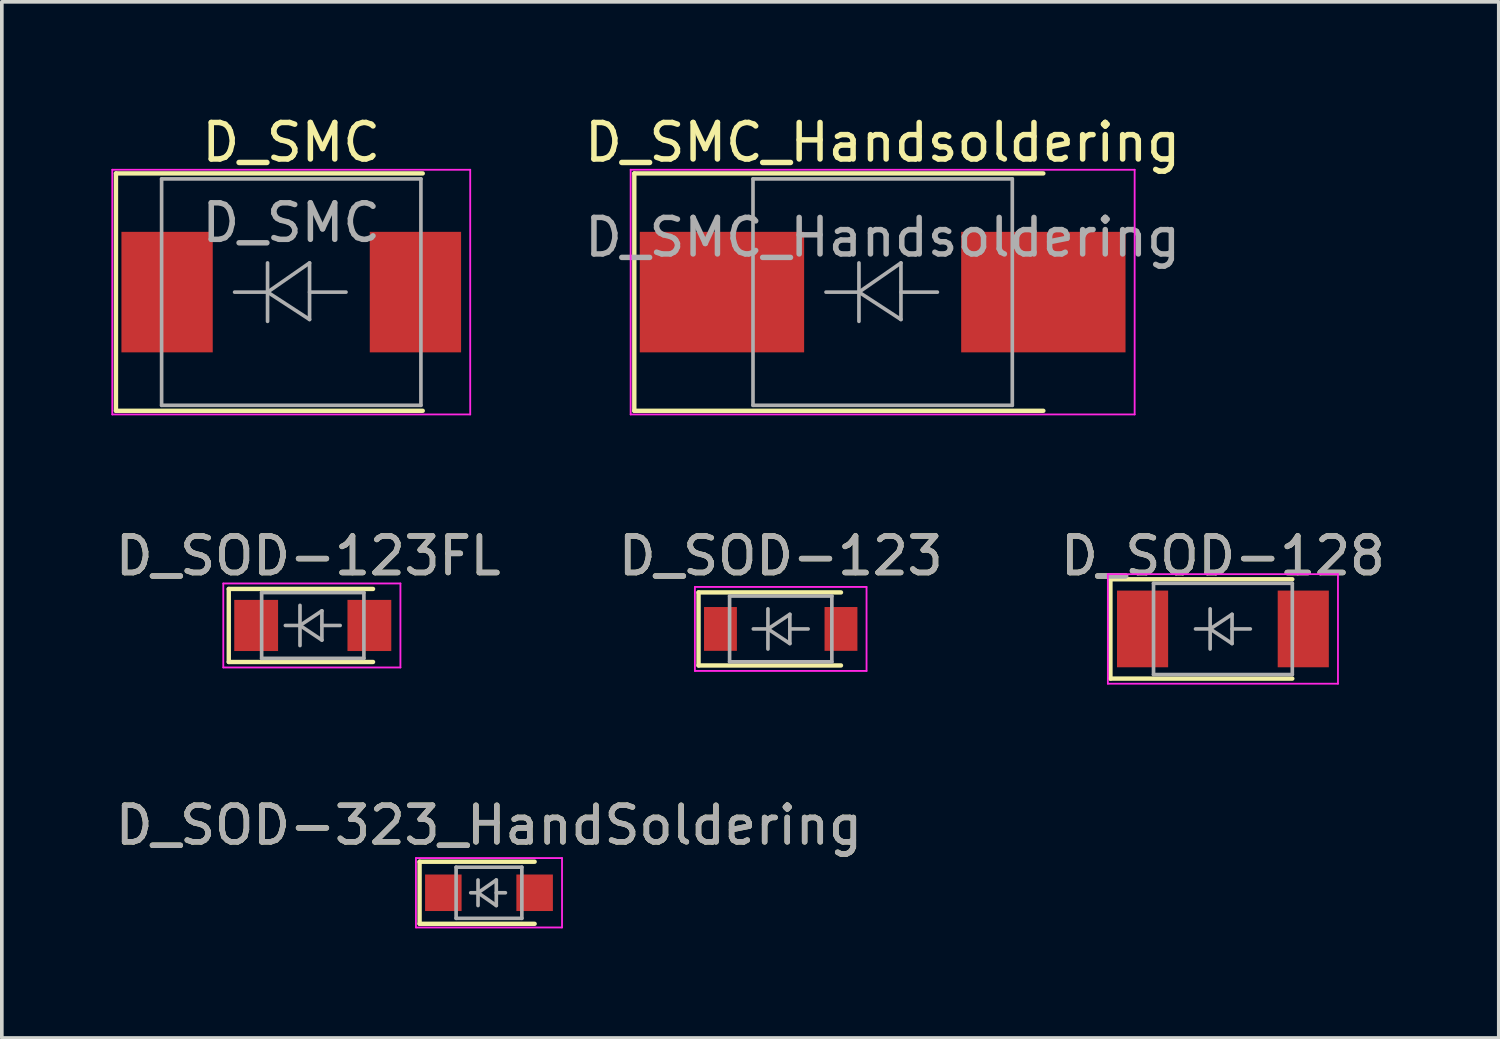
<source format=kicad_pcb>
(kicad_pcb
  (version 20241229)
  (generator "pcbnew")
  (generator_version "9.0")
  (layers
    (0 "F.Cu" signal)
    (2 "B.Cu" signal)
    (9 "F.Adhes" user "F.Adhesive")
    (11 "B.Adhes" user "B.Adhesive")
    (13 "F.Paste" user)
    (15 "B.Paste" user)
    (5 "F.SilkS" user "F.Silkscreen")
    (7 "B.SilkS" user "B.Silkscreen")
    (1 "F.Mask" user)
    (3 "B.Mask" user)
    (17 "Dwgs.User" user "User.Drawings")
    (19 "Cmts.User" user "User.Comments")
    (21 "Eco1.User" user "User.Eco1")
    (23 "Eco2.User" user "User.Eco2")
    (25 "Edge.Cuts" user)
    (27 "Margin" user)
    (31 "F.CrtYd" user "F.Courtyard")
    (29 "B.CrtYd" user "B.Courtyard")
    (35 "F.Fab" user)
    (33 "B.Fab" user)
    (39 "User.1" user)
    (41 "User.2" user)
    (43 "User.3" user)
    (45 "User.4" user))
  (footprint "D_SOD-123FL"
    (layer "F.Cu")
    (at 5.514 14.076)
    (property "Reference" "D_SOD-123FL" (at -0.127 -1.905 0) (layer "F.SilkS") (effects (font (size 1 1) (thickness 0.15))))
    (attr smd)
    (fp_line (start -2.3 -1) (end -2.3 1) (stroke (width 0.12) (type solid)) (layer "F.SilkS"))
    (fp_line (start -2.3 -1) (end 1.65 -1) (stroke (width 0.12) (type solid)) (layer "F.SilkS"))
    (fp_line (start -2.3 1) (end 1.65 1) (stroke (width 0.12) (type solid)) (layer "F.SilkS"))
    (fp_line (start -2.45 -1.15) (end -2.45 1.15) (stroke (width 0.05) (type solid)) (layer "F.CrtYd"))
    (fp_line (start -2.45 -1.15) (end 2.4 -1.15) (stroke (width 0.05) (type solid)) (layer "F.CrtYd"))
    (fp_line (start 2.4 -1.15) (end 2.4 1.15) (stroke (width 0.05) (type solid)) (layer "F.CrtYd"))
    (fp_line (start 2.4 1.15) (end -2.45 1.15) (stroke (width 0.05) (type solid)) (layer "F.CrtYd"))
    (fp_line (start -1.4 -0.9) (end 1.4 -0.9) (stroke (width 0.1) (type solid)) (layer "F.Fab"))
    (fp_line (start -1.4 0.9) (end -1.4 -0.9) (stroke (width 0.1) (type solid)) (layer "F.Fab"))
    (fp_line (start -0.75 0) (end -0.35 0) (stroke (width 0.1) (type solid)) (layer "F.Fab"))
    (fp_line (start -0.35 0) (end -0.35 -0.55) (stroke (width 0.1) (type solid)) (layer "F.Fab"))
    (fp_line (start -0.35 0) (end -0.35 0.55) (stroke (width 0.1) (type solid)) (layer "F.Fab"))
    (fp_line (start -0.35 0) (end 0.25 -0.4) (stroke (width 0.1) (type solid)) (layer "F.Fab"))
    (fp_line (start 0.25 -0.4) (end 0.25 0.4) (stroke (width 0.1) (type solid)) (layer "F.Fab"))
    (fp_line (start 0.25 0) (end 0.75 0) (stroke (width 0.1) (type solid)) (layer "F.Fab"))
    (fp_line (start 0.25 0.4) (end -0.35 0) (stroke (width 0.1) (type solid)) (layer "F.Fab"))
    (fp_line (start 1.4 -0.9) (end 1.4 0.9) (stroke (width 0.1) (type solid)) (layer "F.Fab"))
    (fp_line (start 1.4 0.9) (end -1.4 0.9) (stroke (width 0.1) (type solid)) (layer "F.Fab"))
    (fp_text user "${REFERENCE}" (at -0.127 -1.905 0) (layer "F.Fab") (effects (font (size 1 1) (thickness 0.15))))
    (pad "1" smd rect (at -1.55 0) (size 1.2 1.4) (layers "F.Cu" "F.Mask" "F.Paste"))
    (pad "2" smd rect (at 1.55 0) (size 1.2 1.4) (layers "F.Cu" "F.Mask" "F.Paste")))
  (footprint "D_SOD-123"
    (layer "F.Cu")
    (at 18.327 14.171)
    (property "Reference" "D_SOD-123" (at 0 -2 0) (layer "F.SilkS") (effects (font (size 1 1) (thickness 0.15))))
    (attr smd)
    (fp_line (start -2.25 -1) (end -2.25 1) (stroke (width 0.12) (type solid)) (layer "F.SilkS"))
    (fp_line (start -2.25 -1) (end 1.65 -1) (stroke (width 0.12) (type solid)) (layer "F.SilkS"))
    (fp_line (start -2.25 1) (end 1.65 1) (stroke (width 0.12) (type solid)) (layer "F.SilkS"))
    (fp_line (start -2.35 -1.15) (end -2.35 1.15) (stroke (width 0.05) (type solid)) (layer "F.CrtYd"))
    (fp_line (start -2.35 -1.15) (end 2.35 -1.15) (stroke (width 0.05) (type solid)) (layer "F.CrtYd"))
    (fp_line (start 2.35 -1.15) (end 2.35 1.15) (stroke (width 0.05) (type solid)) (layer "F.CrtYd"))
    (fp_line (start 2.35 1.15) (end -2.35 1.15) (stroke (width 0.05) (type solid)) (layer "F.CrtYd"))
    (fp_line (start -1.4 -0.9) (end 1.4 -0.9) (stroke (width 0.1) (type solid)) (layer "F.Fab"))
    (fp_line (start -1.4 0.9) (end -1.4 -0.9) (stroke (width 0.1) (type solid)) (layer "F.Fab"))
    (fp_line (start -0.75 0) (end -0.35 0) (stroke (width 0.1) (type solid)) (layer "F.Fab"))
    (fp_line (start -0.35 0) (end -0.35 -0.55) (stroke (width 0.1) (type solid)) (layer "F.Fab"))
    (fp_line (start -0.35 0) (end -0.35 0.55) (stroke (width 0.1) (type solid)) (layer "F.Fab"))
    (fp_line (start -0.35 0) (end 0.25 -0.4) (stroke (width 0.1) (type solid)) (layer "F.Fab"))
    (fp_line (start 0.25 -0.4) (end 0.25 0.4) (stroke (width 0.1) (type solid)) (layer "F.Fab"))
    (fp_line (start 0.25 0) (end 0.75 0) (stroke (width 0.1) (type solid)) (layer "F.Fab"))
    (fp_line (start 0.25 0.4) (end -0.35 0) (stroke (width 0.1) (type solid)) (layer "F.Fab"))
    (fp_line (start 1.4 -0.9) (end 1.4 0.9) (stroke (width 0.1) (type solid)) (layer "F.Fab"))
    (fp_line (start 1.4 0.9) (end -1.4 0.9) (stroke (width 0.1) (type solid)) (layer "F.Fab"))
    (fp_text user "${REFERENCE}" (at 0 -2 0) (layer "F.Fab") (effects (font (size 1 1) (thickness 0.15))))
    (pad "1" smd rect (at -1.65 0) (size 0.9 1.2) (layers "F.Cu" "F.Mask" "F.Paste"))
    (pad "2" smd rect (at 1.65 0) (size 0.9 1.2) (layers "F.Cu" "F.Mask" "F.Paste")))
  (footprint "D_SOD-128"
    (layer "F.Cu")
    (at 30.435 14.171)
    (property "Reference" "D_SOD-128" (at 0 -2 0) (layer "F.SilkS") (effects (font (size 1 1) (thickness 0.15))))
    (attr smd)
    (fp_line (start -3.08 -1.36) (end -3.08 1.36) (stroke (width 0.12) (type solid)) (layer "F.SilkS"))
    (fp_line (start -3.08 -1.36) (end 1.9 -1.36) (stroke (width 0.12) (type solid)) (layer "F.SilkS"))
    (fp_line (start -3.08 1.36) (end 1.9 1.36) (stroke (width 0.12) (type solid)) (layer "F.SilkS"))
    (fp_line (start -3.15 -1.5) (end -3.15 1.5) (stroke (width 0.05) (type solid)) (layer "F.CrtYd"))
    (fp_line (start -3.15 -1.5) (end 3.15 -1.5) (stroke (width 0.05) (type solid)) (layer "F.CrtYd"))
    (fp_line (start 3.15 -1.5) (end 3.15 1.5) (stroke (width 0.05) (type solid)) (layer "F.CrtYd"))
    (fp_line (start 3.15 1.5) (end -3.15 1.5) (stroke (width 0.05) (type solid)) (layer "F.CrtYd"))
    (fp_line (start -1.9 -1.25) (end 1.9 -1.25) (stroke (width 0.1) (type solid)) (layer "F.Fab"))
    (fp_line (start -1.9 1.25) (end -1.9 -1.25) (stroke (width 0.1) (type solid)) (layer "F.Fab"))
    (fp_line (start -0.75 0) (end -0.35 0) (stroke (width 0.1) (type solid)) (layer "F.Fab"))
    (fp_line (start -0.35 0) (end -0.35 -0.55) (stroke (width 0.1) (type solid)) (layer "F.Fab"))
    (fp_line (start -0.35 0) (end -0.35 0.55) (stroke (width 0.1) (type solid)) (layer "F.Fab"))
    (fp_line (start -0.35 0) (end 0.25 -0.4) (stroke (width 0.1) (type solid)) (layer "F.Fab"))
    (fp_line (start 0.25 -0.4) (end 0.25 0.4) (stroke (width 0.1) (type solid)) (layer "F.Fab"))
    (fp_line (start 0.25 0) (end 0.75 0) (stroke (width 0.1) (type solid)) (layer "F.Fab"))
    (fp_line (start 0.25 0.4) (end -0.35 0) (stroke (width 0.1) (type solid)) (layer "F.Fab"))
    (fp_line (start 1.9 -1.25) (end 1.9 1.25) (stroke (width 0.1) (type solid)) (layer "F.Fab"))
    (fp_line (start 1.9 1.25) (end -1.9 1.25) (stroke (width 0.1) (type solid)) (layer "F.Fab"))
    (fp_text user "${REFERENCE}" (at 0 -2 0) (layer "F.Fab") (effects (font (size 1 1) (thickness 0.15))))
    (pad "1" smd rect (at -2.2 0) (size 1.4 2.1) (layers "F.Cu" "F.Mask" "F.Paste"))
    (pad "2" smd rect (at 2.2 0) (size 1.4 2.1) (layers "F.Cu" "F.Mask" "F.Paste")))
  (footprint "D_SOD-323_HandSoldering"
    (layer "F.Cu")
    (at 10.339 21.395)
    (property "Reference" "D_SOD-323_HandSoldering" (at 0 -1.85 0) (layer "F.SilkS") (effects (font (size 1 1) (thickness 0.15))))
    (attr smd)
    (fp_line (start -1.9 -0.85) (end -1.9 0.85) (stroke (width 0.12) (type solid)) (layer "F.SilkS"))
    (fp_line (start -1.9 -0.85) (end 1.25 -0.85) (stroke (width 0.12) (type solid)) (layer "F.SilkS"))
    (fp_line (start -1.9 0.85) (end 1.25 0.85) (stroke (width 0.12) (type solid)) (layer "F.SilkS"))
    (fp_line (start -2 -0.95) (end -2 0.95) (stroke (width 0.05) (type solid)) (layer "F.CrtYd"))
    (fp_line (start -2 -0.95) (end 2 -0.95) (stroke (width 0.05) (type solid)) (layer "F.CrtYd"))
    (fp_line (start -2 0.95) (end 2 0.95) (stroke (width 0.05) (type solid)) (layer "F.CrtYd"))
    (fp_line (start 2 -0.95) (end 2 0.95) (stroke (width 0.05) (type solid)) (layer "F.CrtYd"))
    (fp_line (start -0.9 -0.7) (end 0.9 -0.7) (stroke (width 0.1) (type solid)) (layer "F.Fab"))
    (fp_line (start -0.9 0.7) (end -0.9 -0.7) (stroke (width 0.1) (type solid)) (layer "F.Fab"))
    (fp_line (start -0.3 -0.35) (end -0.3 0.35) (stroke (width 0.1) (type solid)) (layer "F.Fab"))
    (fp_line (start -0.3 0) (end -0.5 0) (stroke (width 0.1) (type solid)) (layer "F.Fab"))
    (fp_line (start -0.3 0) (end 0.2 -0.35) (stroke (width 0.1) (type solid)) (layer "F.Fab"))
    (fp_line (start 0.2 -0.35) (end 0.2 0.35) (stroke (width 0.1) (type solid)) (layer "F.Fab"))
    (fp_line (start 0.2 0) (end 0.45 0) (stroke (width 0.1) (type solid)) (layer "F.Fab"))
    (fp_line (start 0.2 0.35) (end -0.3 0) (stroke (width 0.1) (type solid)) (layer "F.Fab"))
    (fp_line (start 0.9 -0.7) (end 0.9 0.7) (stroke (width 0.1) (type solid)) (layer "F.Fab"))
    (fp_line (start 0.9 0.7) (end -0.9 0.7) (stroke (width 0.1) (type solid)) (layer "F.Fab"))
    (fp_text user "${REFERENCE}" (at 0 -1.85 0) (layer "F.Fab") (effects (font (size 1 1) (thickness 0.15))))
    (pad "1" smd rect (at -1.25 0) (size 1 1) (layers "F.Cu" "F.Mask" "F.Paste"))
    (pad "2" smd rect (at 1.25 0) (size 1 1) (layers "F.Cu" "F.Mask" "F.Paste")))
  (footprint "D_SMC_Handsoldering"
    (layer "F.Cu")
    (at 21.118 4.948)
    (property "Reference" "D_SMC_Handsoldering" (at 0 -4.1 0) (layer "F.SilkS") (effects (font (size 1 1) (thickness 0.15))))
    (attr smd)
    (fp_line (start -6.8 -3.25) (end 4.4 -3.25) (stroke (width 0.12) (type solid)) (layer "F.SilkS"))
    (fp_line (start -6.8 3.25) (end -6.8 -3.25) (stroke (width 0.12) (type solid)) (layer "F.SilkS"))
    (fp_line (start -6.8 3.25) (end 4.4 3.25) (stroke (width 0.12) (type solid)) (layer "F.SilkS"))
    (fp_line (start -6.9 -3.35) (end 6.9 -3.35) (stroke (width 0.05) (type solid)) (layer "F.CrtYd"))
    (fp_line (start -6.9 3.35) (end -6.9 -3.35) (stroke (width 0.05) (type solid)) (layer "F.CrtYd"))
    (fp_line (start 6.9 -3.35) (end 6.9 3.35) (stroke (width 0.05) (type solid)) (layer "F.CrtYd"))
    (fp_line (start 6.9 3.35) (end -6.9 3.35) (stroke (width 0.05) (type solid)) (layer "F.CrtYd"))
    (fp_line (start -3.55 3.1) (end -3.55 -3.1) (stroke (width 0.1) (type solid)) (layer "F.Fab"))
    (fp_line (start -0.649 -0.799) (end -0.649 0.801) (stroke (width 0.1) (type solid)) (layer "F.Fab"))
    (fp_line (start -0.649 0.001) (end -1.551 0.001) (stroke (width 0.1) (type solid)) (layer "F.Fab"))
    (fp_line (start -0.649 0.001) (end 0.501 -0.799) (stroke (width 0.1) (type solid)) (layer "F.Fab"))
    (fp_line (start -0.649 0.001) (end 0.501 0.75) (stroke (width 0.1) (type solid)) (layer "F.Fab"))
    (fp_line (start 0.501 0.001) (end 1.499 0.001) (stroke (width 0.1) (type solid)) (layer "F.Fab"))
    (fp_line (start 0.501 0.75) (end 0.501 -0.799) (stroke (width 0.1) (type solid)) (layer "F.Fab"))
    (fp_line (start 3.55 -3.1) (end -3.55 -3.1) (stroke (width 0.1) (type solid)) (layer "F.Fab"))
    (fp_line (start 3.55 -3.1) (end 3.55 3.1) (stroke (width 0.1) (type solid)) (layer "F.Fab"))
    (fp_line (start 3.55 3.1) (end -3.55 3.1) (stroke (width 0.1) (type solid)) (layer "F.Fab"))
    (fp_text user "${REFERENCE}" (at 0 -1.5 0) (layer "F.Fab") (effects (font (size 1 1) (thickness 0.15))))
    (pad "1" smd rect (at -4.4 0 90) (size 3.3 4.5) (layers "F.Cu" "F.Mask" "F.Paste"))
    (pad "2" smd rect (at 4.4 0 90) (size 3.3 4.5) (layers "F.Cu" "F.Mask" "F.Paste")))
  (footprint "D_SMC"
    (layer "F.Cu")
    (at 4.925 4.948)
    (property "Reference" "D_SMC" (at 0 -4.1 0) (layer "F.SilkS") (effects (font (size 1 1) (thickness 0.15))))
    (attr smd)
    (fp_line (start -4.8 -3.25) (end 3.6 -3.25) (stroke (width 0.12) (type solid)) (layer "F.SilkS"))
    (fp_line (start -4.8 3.25) (end -4.8 -3.25) (stroke (width 0.12) (type solid)) (layer "F.SilkS"))
    (fp_line (start -4.8 3.25) (end 3.6 3.25) (stroke (width 0.12) (type solid)) (layer "F.SilkS"))
    (fp_line (start -4.9 -3.35) (end 4.9 -3.35) (stroke (width 0.05) (type solid)) (layer "F.CrtYd"))
    (fp_line (start -4.9 3.35) (end -4.9 -3.35) (stroke (width 0.05) (type solid)) (layer "F.CrtYd"))
    (fp_line (start 4.9 -3.35) (end 4.9 3.35) (stroke (width 0.05) (type solid)) (layer "F.CrtYd"))
    (fp_line (start 4.9 3.35) (end -4.9 3.35) (stroke (width 0.05) (type solid)) (layer "F.CrtYd"))
    (fp_line (start -3.55 3.1) (end -3.55 -3.1) (stroke (width 0.1) (type solid)) (layer "F.Fab"))
    (fp_line (start -0.649 -0.799) (end -0.649 0.801) (stroke (width 0.1) (type solid)) (layer "F.Fab"))
    (fp_line (start -0.649 0.001) (end -1.551 0.001) (stroke (width 0.1) (type solid)) (layer "F.Fab"))
    (fp_line (start -0.649 0.001) (end 0.501 -0.799) (stroke (width 0.1) (type solid)) (layer "F.Fab"))
    (fp_line (start -0.649 0.001) (end 0.501 0.75) (stroke (width 0.1) (type solid)) (layer "F.Fab"))
    (fp_line (start 0.501 0.001) (end 1.499 0.001) (stroke (width 0.1) (type solid)) (layer "F.Fab"))
    (fp_line (start 0.501 0.75) (end 0.501 -0.799) (stroke (width 0.1) (type solid)) (layer "F.Fab"))
    (fp_line (start 3.55 -3.1) (end -3.55 -3.1) (stroke (width 0.1) (type solid)) (layer "F.Fab"))
    (fp_line (start 3.55 -3.1) (end 3.55 3.1) (stroke (width 0.1) (type solid)) (layer "F.Fab"))
    (fp_line (start 3.55 3.1) (end -3.55 3.1) (stroke (width 0.1) (type solid)) (layer "F.Fab"))
    (fp_text user "${REFERENCE}" (at 0 -1.9 0) (layer "F.Fab") (effects (font (size 1 1) (thickness 0.15))))
    (pad "1" smd rect (at -3.4 0 90) (size 3.3 2.5) (layers "F.Cu" "F.Mask" "F.Paste"))
    (pad "2" smd rect (at 3.4 0 90) (size 3.3 2.5) (layers "F.Cu" "F.Mask" "F.Paste")))
  (gr_rect
    (start -3 -3)
    (end 37.988 25.37)
    (stroke (width 0.1) (type default))
    (fill no)
    (layer "Edge.Cuts")))
</source>
